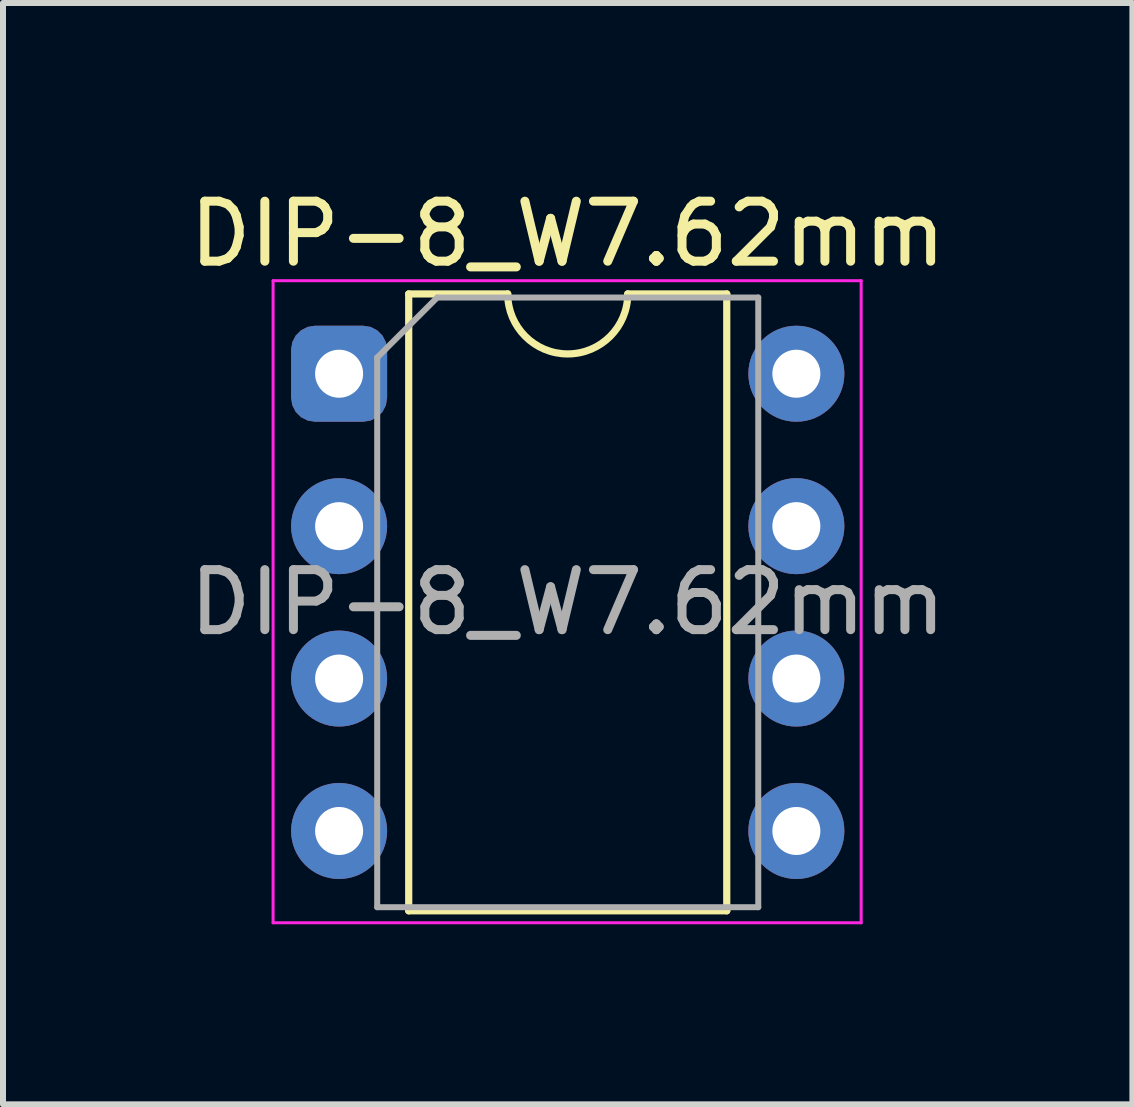
<source format=kicad_pcb>
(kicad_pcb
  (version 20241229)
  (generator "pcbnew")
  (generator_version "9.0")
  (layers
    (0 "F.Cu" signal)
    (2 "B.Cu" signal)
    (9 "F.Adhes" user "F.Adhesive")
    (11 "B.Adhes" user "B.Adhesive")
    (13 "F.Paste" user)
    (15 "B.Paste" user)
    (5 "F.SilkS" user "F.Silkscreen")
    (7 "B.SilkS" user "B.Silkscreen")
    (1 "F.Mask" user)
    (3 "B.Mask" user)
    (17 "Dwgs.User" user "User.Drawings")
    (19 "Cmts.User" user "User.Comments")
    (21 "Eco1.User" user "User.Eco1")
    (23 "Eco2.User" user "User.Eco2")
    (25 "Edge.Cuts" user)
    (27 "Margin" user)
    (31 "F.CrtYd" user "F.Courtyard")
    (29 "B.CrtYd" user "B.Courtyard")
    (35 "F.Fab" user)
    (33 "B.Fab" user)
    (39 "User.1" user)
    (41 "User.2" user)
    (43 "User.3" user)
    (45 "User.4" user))
  (footprint "DIP-8_W7.62mm"
    (layer "F.Cu")
    (at 2.601 3.178)
    (property "Reference" "DIP-8_W7.62mm" (at 3.81 -2.33 0) (layer "F.SilkS") (effects (font (size 1 1) (thickness 0.15))))
    (attr through_hole)
    (fp_line (start 1.16 -1.33) (end 1.16 8.95) (stroke (width 0.12) (type solid)) (layer "F.SilkS"))
    (fp_line (start 1.16 8.95) (end 6.46 8.95) (stroke (width 0.12) (type solid)) (layer "F.SilkS"))
    (fp_line (start 2.81 -1.33) (end 1.16 -1.33) (stroke (width 0.12) (type solid)) (layer "F.SilkS"))
    (fp_line (start 6.46 -1.33) (end 4.81 -1.33) (stroke (width 0.12) (type solid)) (layer "F.SilkS"))
    (fp_line (start 6.46 8.95) (end 6.46 -1.33) (stroke (width 0.12) (type solid)) (layer "F.SilkS"))
    (fp_arc (start 4.81 -1.33) (mid 3.81 -0.33) (end 2.81 -1.33) (stroke (width 0.12) (type solid)) (layer "F.SilkS"))
    (fp_line (start -1.1 -1.55) (end -1.1 9.15) (stroke (width 0.05) (type solid)) (layer "F.CrtYd"))
    (fp_line (start -1.1 9.15) (end 8.7 9.15) (stroke (width 0.05) (type solid)) (layer "F.CrtYd"))
    (fp_line (start 8.7 -1.55) (end -1.1 -1.55) (stroke (width 0.05) (type solid)) (layer "F.CrtYd"))
    (fp_line (start 8.7 9.15) (end 8.7 -1.55) (stroke (width 0.05) (type solid)) (layer "F.CrtYd"))
    (fp_line (start 0.635 -0.27) (end 1.635 -1.27) (stroke (width 0.1) (type solid)) (layer "F.Fab"))
    (fp_line (start 0.635 8.89) (end 0.635 -0.27) (stroke (width 0.1) (type solid)) (layer "F.Fab"))
    (fp_line (start 1.635 -1.27) (end 6.985 -1.27) (stroke (width 0.1) (type solid)) (layer "F.Fab"))
    (fp_line (start 6.985 -1.27) (end 6.985 8.89) (stroke (width 0.1) (type solid)) (layer "F.Fab"))
    (fp_line (start 6.985 8.89) (end 0.635 8.89) (stroke (width 0.1) (type solid)) (layer "F.Fab"))
    (fp_text user "${REFERENCE}" (at 3.81 3.81 0) (layer "F.Fab") (effects (font (size 1 1) (thickness 0.15))))
    (pad "1" thru_hole roundrect (at 0 0) (size 1.6 1.6) (drill 0.8) (layers "*.Cu" "*.Mask") (roundrect_rratio 0.25))
    (pad "2" thru_hole oval (at 0 2.54) (size 1.6 1.6) (drill 0.8) (layers "*.Cu" "*.Mask"))
    (pad "3" thru_hole oval (at 0 5.08) (size 1.6 1.6) (drill 0.8) (layers "*.Cu" "*.Mask"))
    (pad "4" thru_hole oval (at 0 7.62) (size 1.6 1.6) (drill 0.8) (layers "*.Cu" "*.Mask"))
    (pad "5" thru_hole oval (at 7.62 7.62) (size 1.6 1.6) (drill 0.8) (layers "*.Cu" "*.Mask"))
    (pad "6" thru_hole oval (at 7.62 5.08) (size 1.6 1.6) (drill 0.8) (layers "*.Cu" "*.Mask"))
    (pad "7" thru_hole oval (at 7.62 2.54) (size 1.6 1.6) (drill 0.8) (layers "*.Cu" "*.Mask"))
    (pad "8" thru_hole oval (at 7.62 0) (size 1.6 1.6) (drill 0.8) (layers "*.Cu" "*.Mask")))
  (gr_rect
    (start -3 -3)
    (end 15.821 15.353)
    (stroke (width 0.1) (type default))
    (fill no)
    (layer "Edge.Cuts")))
</source>
